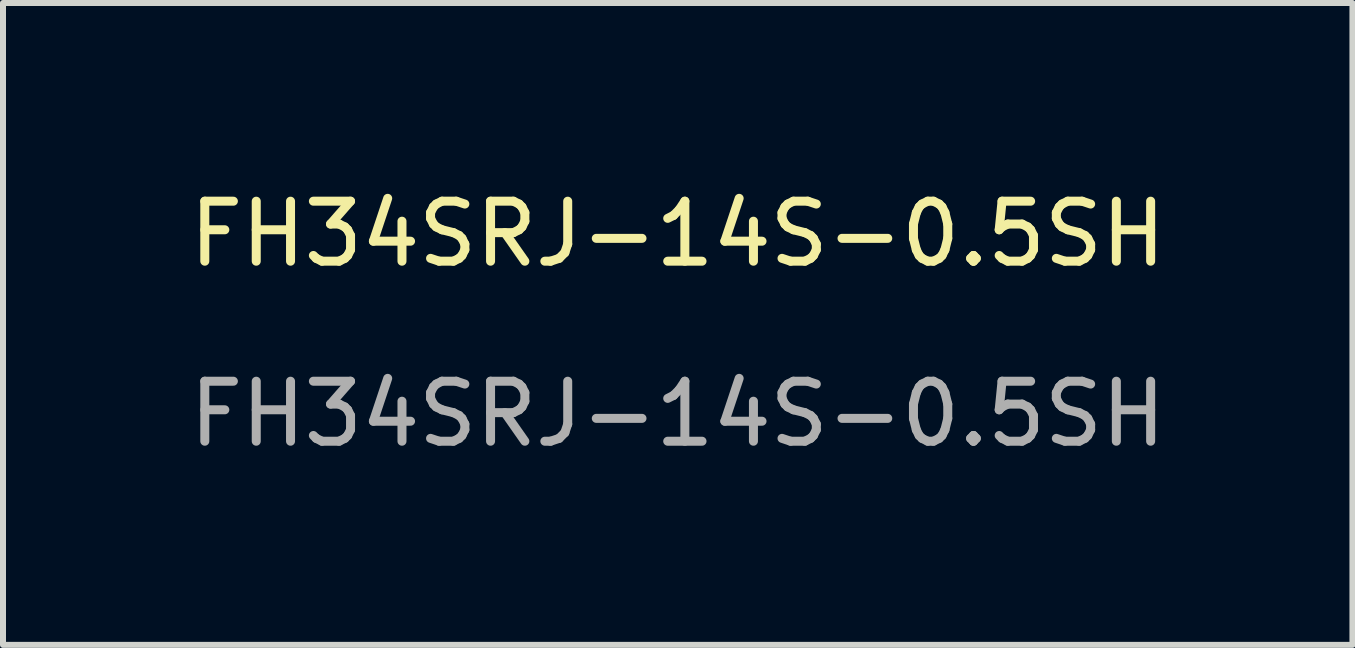
<source format=kicad_pcb>
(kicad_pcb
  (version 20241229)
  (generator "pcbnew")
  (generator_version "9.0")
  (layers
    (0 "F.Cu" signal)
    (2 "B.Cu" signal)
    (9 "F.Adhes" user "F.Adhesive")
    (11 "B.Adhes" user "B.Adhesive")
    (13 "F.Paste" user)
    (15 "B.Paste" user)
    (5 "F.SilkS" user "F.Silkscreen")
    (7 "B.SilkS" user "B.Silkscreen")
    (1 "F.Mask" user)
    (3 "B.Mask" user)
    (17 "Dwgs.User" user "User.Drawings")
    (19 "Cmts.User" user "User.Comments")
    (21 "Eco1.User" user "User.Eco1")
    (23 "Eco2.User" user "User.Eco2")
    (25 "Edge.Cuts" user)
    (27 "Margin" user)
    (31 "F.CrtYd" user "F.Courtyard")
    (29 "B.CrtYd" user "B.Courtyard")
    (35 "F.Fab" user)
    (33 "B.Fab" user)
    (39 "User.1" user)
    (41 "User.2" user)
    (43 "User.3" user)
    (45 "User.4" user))
  (footprint "FH34SRJ-14S-0.5SH"
    (layer "F.Cu")
    (at 8.244 1.348)
    (property "Reference" "FH34SRJ-14S-0.5SH" (at 0 -0.5 0) (unlocked yes) (layer "F.SilkS") (effects (font (size 1 1) (thickness 0.15))))
    (attr smd)
    (fp_text user "${REFERENCE}" (at 0 2.5 0) (unlocked yes) (layer "F.Fab") (effects (font (size 1 1) (thickness 0.15)))))
  (gr_rect
    (start -3 -3)
    (end 19.488 7.697)
    (stroke (width 0.1) (type default))
    (fill no)
    (layer "Edge.Cuts")))
</source>
